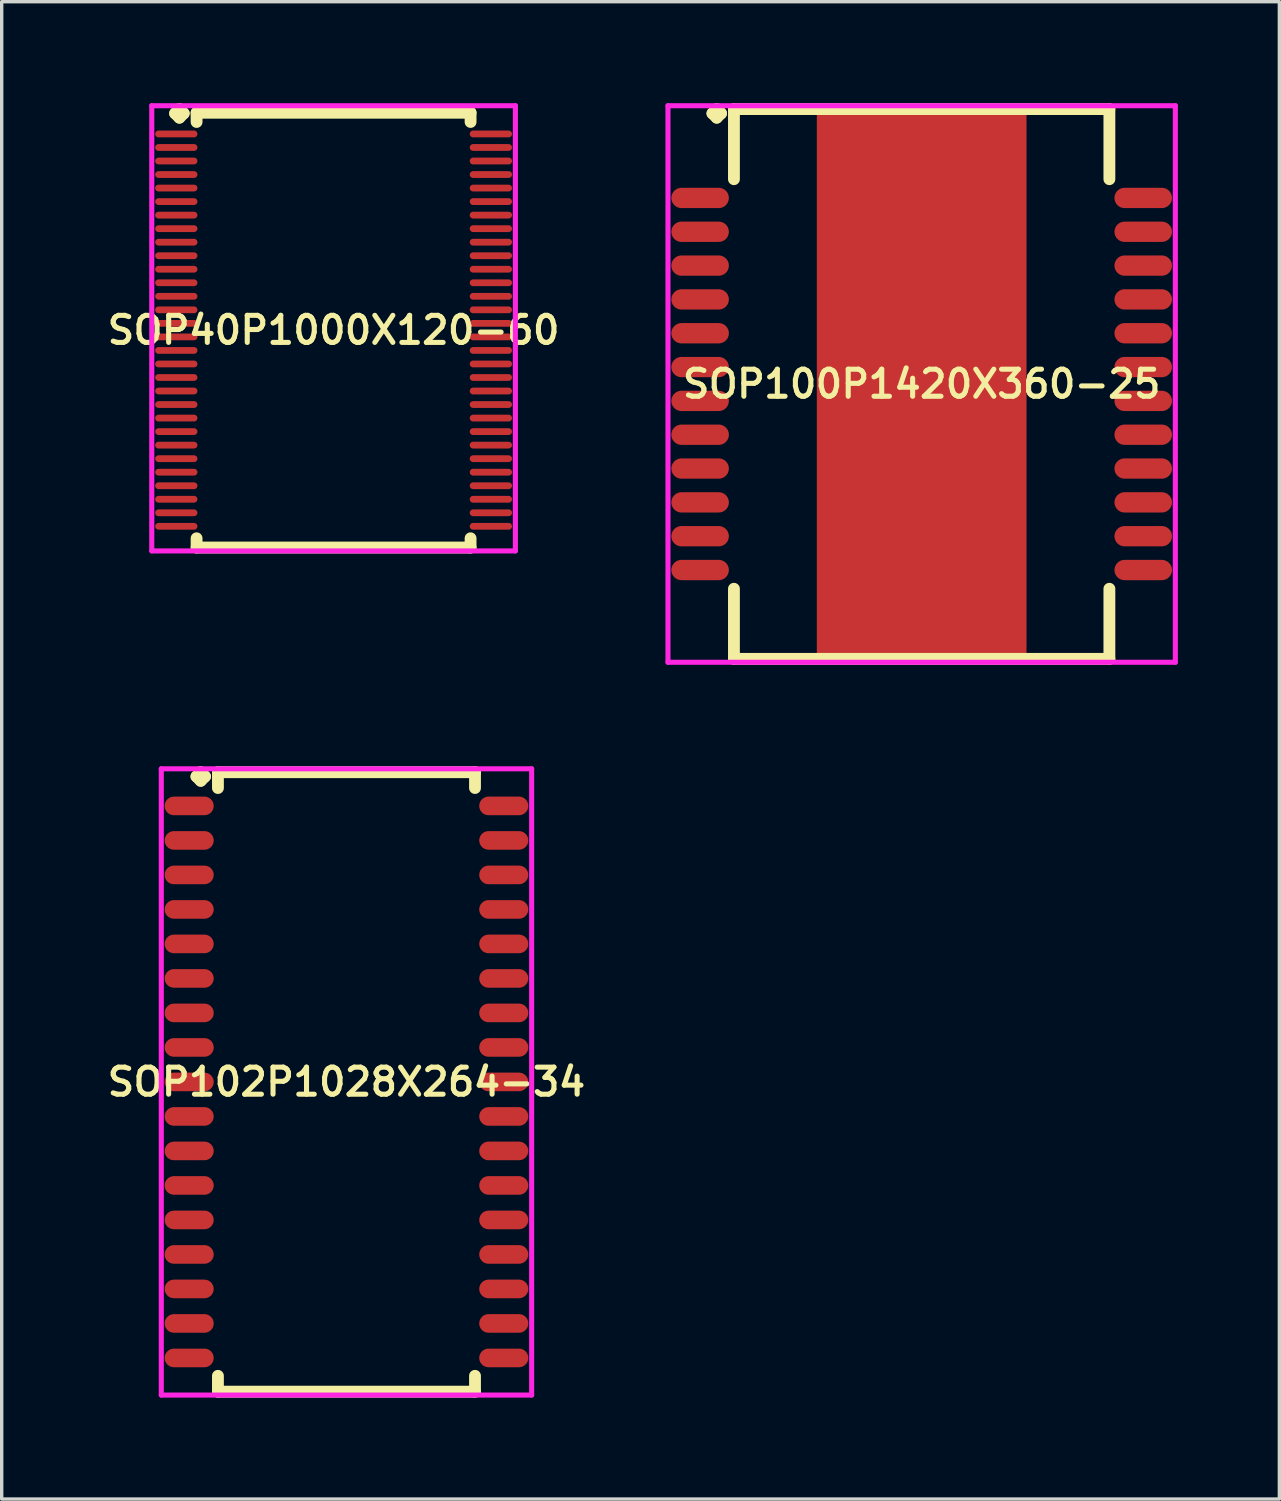
<source format=kicad_pcb>
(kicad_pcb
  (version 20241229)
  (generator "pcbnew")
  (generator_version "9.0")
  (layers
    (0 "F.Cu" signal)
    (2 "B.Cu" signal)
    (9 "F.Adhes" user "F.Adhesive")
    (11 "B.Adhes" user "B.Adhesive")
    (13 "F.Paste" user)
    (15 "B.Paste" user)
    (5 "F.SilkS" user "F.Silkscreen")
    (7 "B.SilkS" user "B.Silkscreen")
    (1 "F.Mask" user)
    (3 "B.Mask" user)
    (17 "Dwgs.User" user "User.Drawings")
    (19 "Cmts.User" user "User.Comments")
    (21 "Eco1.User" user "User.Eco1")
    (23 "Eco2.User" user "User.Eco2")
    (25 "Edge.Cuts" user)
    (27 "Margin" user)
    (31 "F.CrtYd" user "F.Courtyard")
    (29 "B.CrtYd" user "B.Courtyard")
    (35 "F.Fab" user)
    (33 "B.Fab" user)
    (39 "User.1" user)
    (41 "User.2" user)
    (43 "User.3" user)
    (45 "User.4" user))
  (footprint "SOP40P1000X120-60"
    (layer "F.Cu")
    (at 6.812 6.71)
    (property "Reference" "SOP40P1000X120-60" (at 0 0 0) (layer "F.SilkS") (effects (font (size 0.8 0.8) (thickness 0.15))))
    (attr smd)
    (fp_line (start -4.685 -6.408) (end -4.558 -6.535) (stroke (width 0.35) (type solid)) (layer "F.SilkS"))
    (fp_line (start -4.558 -6.535) (end -4.431 -6.408) (stroke (width 0.35) (type solid)) (layer "F.SilkS"))
    (fp_line (start -4.558 -6.281) (end -4.685 -6.408) (stroke (width 0.35) (type solid)) (layer "F.SilkS"))
    (fp_line (start -4.431 -6.408) (end -4.558 -6.281) (stroke (width 0.35) (type solid)) (layer "F.SilkS"))
    (fp_line (start -4.05 -6.427) (end 4.05 -6.427) (stroke (width 0.35) (type solid)) (layer "F.SilkS"))
    (fp_line (start -4.05 -6.154) (end -4.05 -6.427) (stroke (width 0.35) (type solid)) (layer "F.SilkS"))
    (fp_line (start -4.05 6.154) (end -4.05 6.427) (stroke (width 0.35) (type solid)) (layer "F.SilkS"))
    (fp_line (start -4.05 6.427) (end 4.05 6.427) (stroke (width 0.35) (type solid)) (layer "F.SilkS"))
    (fp_line (start 4.05 -6.427) (end 4.05 -6.154) (stroke (width 0.35) (type solid)) (layer "F.SilkS"))
    (fp_line (start 4.05 6.427) (end 4.05 6.154) (stroke (width 0.35) (type solid)) (layer "F.SilkS"))
    (fp_line (start -5.375 -6.635) (end 5.375 -6.635) (stroke (width 0.15) (type solid)) (layer "F.CrtYd"))
    (fp_line (start -5.375 6.527) (end -5.375 -6.635) (stroke (width 0.15) (type solid)) (layer "F.CrtYd"))
    (fp_line (start 5.375 -6.635) (end 5.375 6.527) (stroke (width 0.15) (type solid)) (layer "F.CrtYd"))
    (fp_line (start 5.375 6.527) (end -5.375 6.527) (stroke (width 0.15) (type solid)) (layer "F.CrtYd"))
    (pad "1" smd oval (at -4.65 -5.8) (size 1.25 0.2) (layers "F.Cu" "F.Mask" "F.Paste"))
    (pad "2" smd oval (at -4.65 -5.4) (size 1.25 0.2) (layers "F.Cu" "F.Mask" "F.Paste"))
    (pad "3" smd oval (at -4.65 -5) (size 1.25 0.2) (layers "F.Cu" "F.Mask" "F.Paste"))
    (pad "4" smd oval (at -4.65 -4.6) (size 1.25 0.2) (layers "F.Cu" "F.Mask" "F.Paste"))
    (pad "5" smd oval (at -4.65 -4.2) (size 1.25 0.2) (layers "F.Cu" "F.Mask" "F.Paste"))
    (pad "6" smd oval (at -4.65 -3.8) (size 1.25 0.2) (layers "F.Cu" "F.Mask" "F.Paste"))
    (pad "7" smd oval (at -4.65 -3.4) (size 1.25 0.2) (layers "F.Cu" "F.Mask" "F.Paste"))
    (pad "8" smd oval (at -4.65 -3) (size 1.25 0.2) (layers "F.Cu" "F.Mask" "F.Paste"))
    (pad "9" smd oval (at -4.65 -2.6) (size 1.25 0.2) (layers "F.Cu" "F.Mask" "F.Paste"))
    (pad "10" smd oval (at -4.65 -2.2) (size 1.25 0.2) (layers "F.Cu" "F.Mask" "F.Paste"))
    (pad "11" smd oval (at -4.65 -1.8) (size 1.25 0.2) (layers "F.Cu" "F.Mask" "F.Paste"))
    (pad "12" smd oval (at -4.65 -1.4) (size 1.25 0.2) (layers "F.Cu" "F.Mask" "F.Paste"))
    (pad "13" smd oval (at -4.65 -1) (size 1.25 0.2) (layers "F.Cu" "F.Mask" "F.Paste"))
    (pad "14" smd oval (at -4.65 -0.6) (size 1.25 0.2) (layers "F.Cu" "F.Mask" "F.Paste"))
    (pad "15" smd oval (at -4.65 -0.2) (size 1.25 0.2) (layers "F.Cu" "F.Mask" "F.Paste"))
    (pad "16" smd oval (at -4.65 0.2) (size 1.25 0.2) (layers "F.Cu" "F.Mask" "F.Paste"))
    (pad "17" smd oval (at -4.65 0.6) (size 1.25 0.2) (layers "F.Cu" "F.Mask" "F.Paste"))
    (pad "18" smd oval (at -4.65 1) (size 1.25 0.2) (layers "F.Cu" "F.Mask" "F.Paste"))
    (pad "19" smd oval (at -4.65 1.4) (size 1.25 0.2) (layers "F.Cu" "F.Mask" "F.Paste"))
    (pad "20" smd oval (at -4.65 1.8) (size 1.25 0.2) (layers "F.Cu" "F.Mask" "F.Paste"))
    (pad "21" smd oval (at -4.65 2.2) (size 1.25 0.2) (layers "F.Cu" "F.Mask" "F.Paste"))
    (pad "22" smd oval (at -4.65 2.6) (size 1.25 0.2) (layers "F.Cu" "F.Mask" "F.Paste"))
    (pad "23" smd oval (at -4.65 3) (size 1.25 0.2) (layers "F.Cu" "F.Mask" "F.Paste"))
    (pad "24" smd oval (at -4.65 3.4) (size 1.25 0.2) (layers "F.Cu" "F.Mask" "F.Paste"))
    (pad "25" smd oval (at -4.65 3.8) (size 1.25 0.2) (layers "F.Cu" "F.Mask" "F.Paste"))
    (pad "26" smd oval (at -4.65 4.2) (size 1.25 0.2) (layers "F.Cu" "F.Mask" "F.Paste"))
    (pad "27" smd oval (at -4.65 4.6) (size 1.25 0.2) (layers "F.Cu" "F.Mask" "F.Paste"))
    (pad "28" smd oval (at -4.65 5) (size 1.25 0.2) (layers "F.Cu" "F.Mask" "F.Paste"))
    (pad "29" smd oval (at -4.65 5.4) (size 1.25 0.2) (layers "F.Cu" "F.Mask" "F.Paste"))
    (pad "30" smd oval (at -4.65 5.8) (size 1.25 0.2) (layers "F.Cu" "F.Mask" "F.Paste"))
    (pad "31" smd oval (at 4.65 5.8) (size 1.25 0.2) (layers "F.Cu" "F.Mask" "F.Paste"))
    (pad "32" smd oval (at 4.65 5.4) (size 1.25 0.2) (layers "F.Cu" "F.Mask" "F.Paste"))
    (pad "33" smd oval (at 4.65 5) (size 1.25 0.2) (layers "F.Cu" "F.Mask" "F.Paste"))
    (pad "34" smd oval (at 4.65 4.6) (size 1.25 0.2) (layers "F.Cu" "F.Mask" "F.Paste"))
    (pad "35" smd oval (at 4.65 4.2) (size 1.25 0.2) (layers "F.Cu" "F.Mask" "F.Paste"))
    (pad "36" smd oval (at 4.65 3.8) (size 1.25 0.2) (layers "F.Cu" "F.Mask" "F.Paste"))
    (pad "37" smd oval (at 4.65 3.4) (size 1.25 0.2) (layers "F.Cu" "F.Mask" "F.Paste"))
    (pad "38" smd oval (at 4.65 3) (size 1.25 0.2) (layers "F.Cu" "F.Mask" "F.Paste"))
    (pad "39" smd oval (at 4.65 2.6) (size 1.25 0.2) (layers "F.Cu" "F.Mask" "F.Paste"))
    (pad "40" smd oval (at 4.65 2.2) (size 1.25 0.2) (layers "F.Cu" "F.Mask" "F.Paste"))
    (pad "41" smd oval (at 4.65 1.8) (size 1.25 0.2) (layers "F.Cu" "F.Mask" "F.Paste"))
    (pad "42" smd oval (at 4.65 1.4) (size 1.25 0.2) (layers "F.Cu" "F.Mask" "F.Paste"))
    (pad "43" smd oval (at 4.65 1) (size 1.25 0.2) (layers "F.Cu" "F.Mask" "F.Paste"))
    (pad "44" smd oval (at 4.65 0.6) (size 1.25 0.2) (layers "F.Cu" "F.Mask" "F.Paste"))
    (pad "45" smd oval (at 4.65 0.2) (size 1.25 0.2) (layers "F.Cu" "F.Mask" "F.Paste"))
    (pad "46" smd oval (at 4.65 -0.2) (size 1.25 0.2) (layers "F.Cu" "F.Mask" "F.Paste"))
    (pad "47" smd oval (at 4.65 -0.6) (size 1.25 0.2) (layers "F.Cu" "F.Mask" "F.Paste"))
    (pad "48" smd oval (at 4.65 -1) (size 1.25 0.2) (layers "F.Cu" "F.Mask" "F.Paste"))
    (pad "49" smd oval (at 4.65 -1.4) (size 1.25 0.2) (layers "F.Cu" "F.Mask" "F.Paste"))
    (pad "50" smd oval (at 4.65 -1.8) (size 1.25 0.2) (layers "F.Cu" "F.Mask" "F.Paste"))
    (pad "51" smd oval (at 4.65 -2.2) (size 1.25 0.2) (layers "F.Cu" "F.Mask" "F.Paste"))
    (pad "52" smd oval (at 4.65 -2.6) (size 1.25 0.2) (layers "F.Cu" "F.Mask" "F.Paste"))
    (pad "53" smd oval (at 4.65 -3) (size 1.25 0.2) (layers "F.Cu" "F.Mask" "F.Paste"))
    (pad "54" smd oval (at 4.65 -3.4) (size 1.25 0.2) (layers "F.Cu" "F.Mask" "F.Paste"))
    (pad "55" smd oval (at 4.65 -3.8) (size 1.25 0.2) (layers "F.Cu" "F.Mask" "F.Paste"))
    (pad "56" smd oval (at 4.65 -4.2) (size 1.25 0.2) (layers "F.Cu" "F.Mask" "F.Paste"))
    (pad "57" smd oval (at 4.65 -4.6) (size 1.25 0.2) (layers "F.Cu" "F.Mask" "F.Paste"))
    (pad "58" smd oval (at 4.65 -5) (size 1.25 0.2) (layers "F.Cu" "F.Mask" "F.Paste"))
    (pad "59" smd oval (at 4.65 -5.4) (size 1.25 0.2) (layers "F.Cu" "F.Mask" "F.Paste"))
    (pad "60" smd oval (at 4.65 -5.8) (size 1.25 0.2) (layers "F.Cu" "F.Mask" "F.Paste")))
  (footprint "SOP102P1028X264-34"
    (layer "F.Cu")
    (at 7.193 28.936)
    (property "Reference" "SOP102P1028X264-34" (at 0 0 0) (layer "F.SilkS") (effects (font (size 0.8 0.8) (thickness 0.15))))
    (attr smd)
    (fp_line (start -4.435 -9.03) (end -4.308 -9.157) (stroke (width 0.35) (type solid)) (layer "F.SilkS"))
    (fp_line (start -4.308 -9.157) (end -4.181 -9.03) (stroke (width 0.35) (type solid)) (layer "F.SilkS"))
    (fp_line (start -4.308 -8.903) (end -4.435 -9.03) (stroke (width 0.35) (type solid)) (layer "F.SilkS"))
    (fp_line (start -4.181 -9.03) (end -4.308 -8.903) (stroke (width 0.35) (type solid)) (layer "F.SilkS"))
    (fp_line (start -3.8 -9.157) (end 3.8 -9.157) (stroke (width 0.35) (type solid)) (layer "F.SilkS"))
    (fp_line (start -3.8 -8.689) (end -3.8 -9.157) (stroke (width 0.35) (type solid)) (layer "F.SilkS"))
    (fp_line (start -3.8 8.689) (end -3.8 9.157) (stroke (width 0.35) (type solid)) (layer "F.SilkS"))
    (fp_line (start -3.8 9.157) (end 3.8 9.157) (stroke (width 0.35) (type solid)) (layer "F.SilkS"))
    (fp_line (start 3.8 -9.157) (end 3.8 -8.689) (stroke (width 0.35) (type solid)) (layer "F.SilkS"))
    (fp_line (start 3.8 9.157) (end 3.8 8.689) (stroke (width 0.35) (type solid)) (layer "F.SilkS"))
    (fp_line (start -5.475 -9.257) (end 5.475 -9.257) (stroke (width 0.15) (type solid)) (layer "F.CrtYd"))
    (fp_line (start -5.475 9.257) (end -5.475 -9.257) (stroke (width 0.15) (type solid)) (layer "F.CrtYd"))
    (fp_line (start 5.475 -9.257) (end 5.475 9.257) (stroke (width 0.15) (type solid)) (layer "F.CrtYd"))
    (fp_line (start 5.475 9.257) (end -5.475 9.257) (stroke (width 0.15) (type solid)) (layer "F.CrtYd"))
    (pad "1" smd oval (at -4.65 -8.16) (size 1.45 0.55) (layers "F.Cu" "F.Mask" "F.Paste"))
    (pad "2" smd oval (at -4.65 -7.14) (size 1.45 0.55) (layers "F.Cu" "F.Mask" "F.Paste"))
    (pad "3" smd oval (at -4.65 -6.12) (size 1.45 0.55) (layers "F.Cu" "F.Mask" "F.Paste"))
    (pad "4" smd oval (at -4.65 -5.1) (size 1.45 0.55) (layers "F.Cu" "F.Mask" "F.Paste"))
    (pad "5" smd oval (at -4.65 -4.08) (size 1.45 0.55) (layers "F.Cu" "F.Mask" "F.Paste"))
    (pad "6" smd oval (at -4.65 -3.06) (size 1.45 0.55) (layers "F.Cu" "F.Mask" "F.Paste"))
    (pad "7" smd oval (at -4.65 -2.04) (size 1.45 0.55) (layers "F.Cu" "F.Mask" "F.Paste"))
    (pad "8" smd oval (at -4.65 -1.02) (size 1.45 0.55) (layers "F.Cu" "F.Mask" "F.Paste"))
    (pad "9" smd oval (at -4.65 0) (size 1.45 0.55) (layers "F.Cu" "F.Mask" "F.Paste"))
    (pad "10" smd oval (at -4.65 1.02) (size 1.45 0.55) (layers "F.Cu" "F.Mask" "F.Paste"))
    (pad "11" smd oval (at -4.65 2.04) (size 1.45 0.55) (layers "F.Cu" "F.Mask" "F.Paste"))
    (pad "12" smd oval (at -4.65 3.06) (size 1.45 0.55) (layers "F.Cu" "F.Mask" "F.Paste"))
    (pad "13" smd oval (at -4.65 4.08) (size 1.45 0.55) (layers "F.Cu" "F.Mask" "F.Paste"))
    (pad "14" smd oval (at -4.65 5.1) (size 1.45 0.55) (layers "F.Cu" "F.Mask" "F.Paste"))
    (pad "15" smd oval (at -4.65 6.12) (size 1.45 0.55) (layers "F.Cu" "F.Mask" "F.Paste"))
    (pad "16" smd oval (at -4.65 7.14) (size 1.45 0.55) (layers "F.Cu" "F.Mask" "F.Paste"))
    (pad "17" smd oval (at -4.65 8.16) (size 1.45 0.55) (layers "F.Cu" "F.Mask" "F.Paste"))
    (pad "18" smd oval (at 4.65 8.16) (size 1.45 0.55) (layers "F.Cu" "F.Mask" "F.Paste"))
    (pad "19" smd oval (at 4.65 7.14) (size 1.45 0.55) (layers "F.Cu" "F.Mask" "F.Paste"))
    (pad "20" smd oval (at 4.65 6.12) (size 1.45 0.55) (layers "F.Cu" "F.Mask" "F.Paste"))
    (pad "21" smd oval (at 4.65 5.1) (size 1.45 0.55) (layers "F.Cu" "F.Mask" "F.Paste"))
    (pad "22" smd oval (at 4.65 4.08) (size 1.45 0.55) (layers "F.Cu" "F.Mask" "F.Paste"))
    (pad "23" smd oval (at 4.65 3.06) (size 1.45 0.55) (layers "F.Cu" "F.Mask" "F.Paste"))
    (pad "24" smd oval (at 4.65 2.04) (size 1.45 0.55) (layers "F.Cu" "F.Mask" "F.Paste"))
    (pad "25" smd oval (at 4.65 1.02) (size 1.45 0.55) (layers "F.Cu" "F.Mask" "F.Paste"))
    (pad "26" smd oval (at 4.65 0) (size 1.45 0.55) (layers "F.Cu" "F.Mask" "F.Paste"))
    (pad "27" smd oval (at 4.65 -1.02) (size 1.45 0.55) (layers "F.Cu" "F.Mask" "F.Paste"))
    (pad "28" smd oval (at 4.65 -2.04) (size 1.45 0.55) (layers "F.Cu" "F.Mask" "F.Paste"))
    (pad "29" smd oval (at 4.65 -3.06) (size 1.45 0.55) (layers "F.Cu" "F.Mask" "F.Paste"))
    (pad "30" smd oval (at 4.65 -4.08) (size 1.45 0.55) (layers "F.Cu" "F.Mask" "F.Paste"))
    (pad "31" smd oval (at 4.65 -5.1) (size 1.45 0.55) (layers "F.Cu" "F.Mask" "F.Paste"))
    (pad "32" smd oval (at 4.65 -6.12) (size 1.45 0.55) (layers "F.Cu" "F.Mask" "F.Paste"))
    (pad "33" smd oval (at 4.65 -7.14) (size 1.45 0.55) (layers "F.Cu" "F.Mask" "F.Paste"))
    (pad "34" smd oval (at 4.65 -8.16) (size 1.45 0.55) (layers "F.Cu" "F.Mask" "F.Paste")))
  (footprint "SOP100P1420X360-25"
    (layer "F.Cu")
    (at 24.198 8.302)
    (property "Reference" "SOP100P1420X360-25" (at 0 0 0) (layer "F.SilkS") (effects (font (size 0.8 0.8) (thickness 0.15))))
    (attr through_hole)
    (fp_line (start -6.185 -8) (end -6.058 -8.127) (stroke (width 0.35) (type solid)) (layer "F.SilkS"))
    (fp_line (start -6.058 -8.127) (end -5.931 -8) (stroke (width 0.35) (type solid)) (layer "F.SilkS"))
    (fp_line (start -6.058 -7.873) (end -6.185 -8) (stroke (width 0.35) (type solid)) (layer "F.SilkS"))
    (fp_line (start -5.931 -8) (end -6.058 -7.873) (stroke (width 0.35) (type solid)) (layer "F.SilkS"))
    (fp_line (start -5.55 -8.127) (end 5.55 -8.127) (stroke (width 0.35) (type solid)) (layer "F.SilkS"))
    (fp_line (start -5.55 -6.054) (end -5.55 -8.127) (stroke (width 0.35) (type solid)) (layer "F.SilkS"))
    (fp_line (start -5.55 6.054) (end -5.55 8.127) (stroke (width 0.35) (type solid)) (layer "F.SilkS"))
    (fp_line (start -5.55 8.127) (end 5.55 8.127) (stroke (width 0.35) (type solid)) (layer "F.SilkS"))
    (fp_line (start 5.55 -8.127) (end 5.55 -6.054) (stroke (width 0.35) (type solid)) (layer "F.SilkS"))
    (fp_line (start 5.55 8.127) (end 5.55 6.054) (stroke (width 0.35) (type solid)) (layer "F.SilkS"))
    (fp_line (start -7.5 -8.227) (end 7.5 -8.227) (stroke (width 0.15) (type solid)) (layer "F.CrtYd"))
    (fp_line (start -7.5 8.227) (end -7.5 -8.227) (stroke (width 0.15) (type solid)) (layer "F.CrtYd"))
    (fp_line (start 7.5 -8.227) (end 7.5 8.227) (stroke (width 0.15) (type solid)) (layer "F.CrtYd"))
    (fp_line (start 7.5 8.227) (end -7.5 8.227) (stroke (width 0.15) (type solid)) (layer "F.CrtYd"))
    (pad "1" smd oval (at -6.55 -5.5) (size 1.7 0.6) (layers "F.Cu" "F.Mask" "F.Paste"))
    (pad "2" smd oval (at -6.55 -4.5) (size 1.7 0.6) (layers "F.Cu" "F.Mask" "F.Paste"))
    (pad "3" smd oval (at -6.55 -3.5) (size 1.7 0.6) (layers "F.Cu" "F.Mask" "F.Paste"))
    (pad "4" smd oval (at -6.55 -2.5) (size 1.7 0.6) (layers "F.Cu" "F.Mask" "F.Paste"))
    (pad "5" smd oval (at -6.55 -1.5) (size 1.7 0.6) (layers "F.Cu" "F.Mask" "F.Paste"))
    (pad "6" smd oval (at -6.55 -0.5) (size 1.7 0.6) (layers "F.Cu" "F.Mask" "F.Paste"))
    (pad "7" smd oval (at -6.55 0.5) (size 1.7 0.6) (layers "F.Cu" "F.Mask" "F.Paste"))
    (pad "8" smd oval (at -6.55 1.5) (size 1.7 0.6) (layers "F.Cu" "F.Mask" "F.Paste"))
    (pad "9" smd oval (at -6.55 2.5) (size 1.7 0.6) (layers "F.Cu" "F.Mask" "F.Paste"))
    (pad "10" smd oval (at -6.55 3.5) (size 1.7 0.6) (layers "F.Cu" "F.Mask" "F.Paste"))
    (pad "11" smd oval (at -6.55 4.5) (size 1.7 0.6) (layers "F.Cu" "F.Mask" "F.Paste"))
    (pad "12" smd oval (at -6.55 5.5) (size 1.7 0.6) (layers "F.Cu" "F.Mask" "F.Paste"))
    (pad "13" smd oval (at 6.55 5.5) (size 1.7 0.6) (layers "F.Cu" "F.Mask" "F.Paste"))
    (pad "14" smd oval (at 6.55 4.5) (size 1.7 0.6) (layers "F.Cu" "F.Mask" "F.Paste"))
    (pad "15" smd oval (at 6.55 3.5) (size 1.7 0.6) (layers "F.Cu" "F.Mask" "F.Paste"))
    (pad "16" smd oval (at 6.55 2.5) (size 1.7 0.6) (layers "F.Cu" "F.Mask" "F.Paste"))
    (pad "17" smd oval (at 6.55 1.5) (size 1.7 0.6) (layers "F.Cu" "F.Mask" "F.Paste"))
    (pad "18" smd oval (at 6.55 0.5) (size 1.7 0.6) (layers "F.Cu" "F.Mask" "F.Paste"))
    (pad "19" smd oval (at 6.55 -0.5) (size 1.7 0.6) (layers "F.Cu" "F.Mask" "F.Paste"))
    (pad "20" smd oval (at 6.55 -1.5) (size 1.7 0.6) (layers "F.Cu" "F.Mask" "F.Paste"))
    (pad "21" smd oval (at 6.55 -2.5) (size 1.7 0.6) (layers "F.Cu" "F.Mask" "F.Paste"))
    (pad "22" smd oval (at 6.55 -3.5) (size 1.7 0.6) (layers "F.Cu" "F.Mask" "F.Paste"))
    (pad "23" smd oval (at 6.55 -4.5) (size 1.7 0.6) (layers "F.Cu" "F.Mask" "F.Paste"))
    (pad "24" smd oval (at 6.55 -5.5) (size 1.7 0.6) (layers "F.Cu" "F.Mask" "F.Paste"))
    (pad "25" smd rect (at 0 0) (size 6.2 16) (layers "F.Cu" "F.Mask" "F.Paste")))
  (gr_rect
    (start -3 -3)
    (end 34.773 41.268)
    (stroke (width 0.1) (type default))
    (fill no)
    (layer "Edge.Cuts")))
</source>
